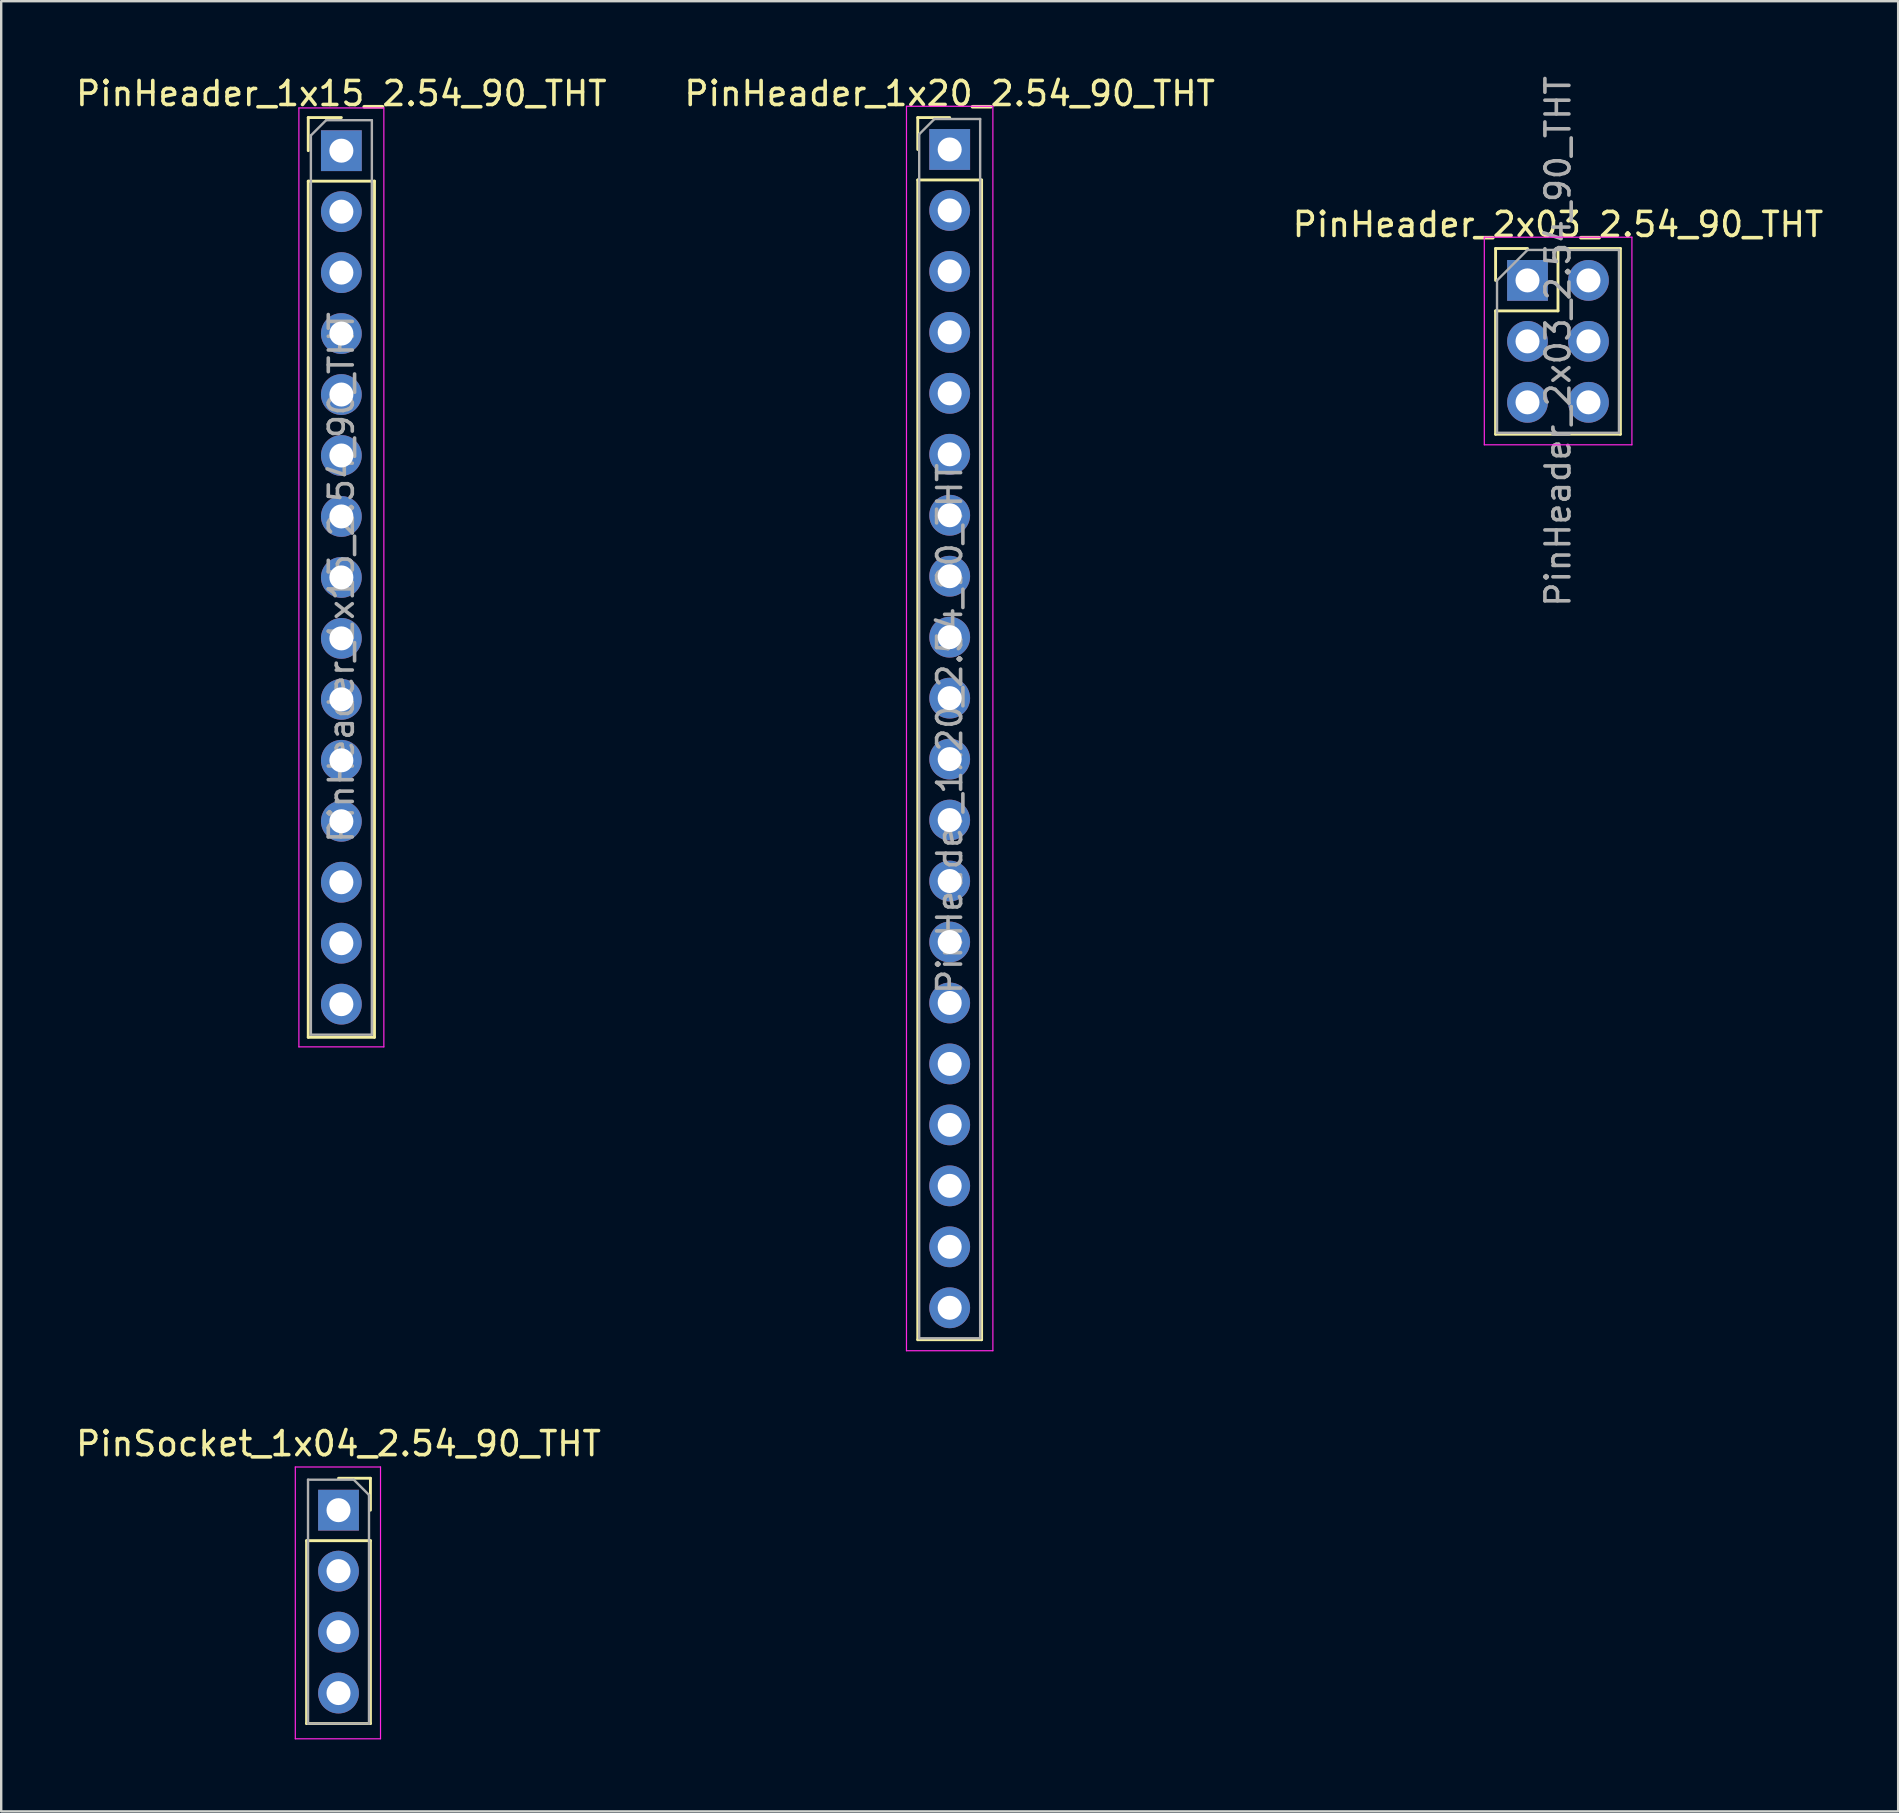
<source format=kicad_pcb>
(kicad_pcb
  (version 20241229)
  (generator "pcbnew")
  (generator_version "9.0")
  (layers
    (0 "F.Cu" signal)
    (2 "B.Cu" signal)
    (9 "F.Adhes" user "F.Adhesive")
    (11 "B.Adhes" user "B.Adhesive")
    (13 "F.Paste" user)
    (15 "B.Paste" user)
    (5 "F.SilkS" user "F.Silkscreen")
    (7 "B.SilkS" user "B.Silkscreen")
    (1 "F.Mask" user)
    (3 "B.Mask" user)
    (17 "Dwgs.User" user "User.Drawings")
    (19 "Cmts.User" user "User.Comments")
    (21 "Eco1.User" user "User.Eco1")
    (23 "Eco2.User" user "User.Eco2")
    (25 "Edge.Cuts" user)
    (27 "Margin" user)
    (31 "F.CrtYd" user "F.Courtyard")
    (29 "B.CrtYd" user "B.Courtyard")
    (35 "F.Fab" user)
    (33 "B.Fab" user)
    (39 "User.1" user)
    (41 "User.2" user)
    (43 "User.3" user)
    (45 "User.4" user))
  (footprint "PinHeader_2x03_2.54_90_THT"
    (layer "F.Cu")
    (at 60.593 8.633)
    (property "Reference" "PinHeader_2x03_2.54_90_THT" (at 1.27 -2.33 0) (layer "F.SilkS") (effects (font (size 1 1) (thickness 0.15))))
    (attr through_hole)
    (fp_line (start -1.33 -1.33) (end 0 -1.33) (stroke (width 0.12) (type solid)) (layer "F.SilkS"))
    (fp_line (start -1.33 0) (end -1.33 -1.33) (stroke (width 0.12) (type solid)) (layer "F.SilkS"))
    (fp_line (start -1.33 1.27) (end -1.33 6.41) (stroke (width 0.12) (type solid)) (layer "F.SilkS"))
    (fp_line (start -1.33 1.27) (end 1.27 1.27) (stroke (width 0.12) (type solid)) (layer "F.SilkS"))
    (fp_line (start -1.33 6.41) (end 3.87 6.41) (stroke (width 0.12) (type solid)) (layer "F.SilkS"))
    (fp_line (start 1.27 -1.33) (end 3.87 -1.33) (stroke (width 0.12) (type solid)) (layer "F.SilkS"))
    (fp_line (start 1.27 1.27) (end 1.27 -1.33) (stroke (width 0.12) (type solid)) (layer "F.SilkS"))
    (fp_line (start 3.87 -1.33) (end 3.87 6.41) (stroke (width 0.12) (type solid)) (layer "F.SilkS"))
    (fp_line (start -1.8 -1.8) (end -1.8 6.85) (stroke (width 0.05) (type solid)) (layer "F.CrtYd"))
    (fp_line (start -1.8 6.85) (end 4.35 6.85) (stroke (width 0.05) (type solid)) (layer "F.CrtYd"))
    (fp_line (start 4.35 -1.8) (end -1.8 -1.8) (stroke (width 0.05) (type solid)) (layer "F.CrtYd"))
    (fp_line (start 4.35 6.85) (end 4.35 -1.8) (stroke (width 0.05) (type solid)) (layer "F.CrtYd"))
    (fp_line (start -1.27 0) (end 0 -1.27) (stroke (width 0.1) (type solid)) (layer "F.Fab"))
    (fp_line (start -1.27 6.35) (end -1.27 0) (stroke (width 0.1) (type solid)) (layer "F.Fab"))
    (fp_line (start 0 -1.27) (end 3.81 -1.27) (stroke (width 0.1) (type solid)) (layer "F.Fab"))
    (fp_line (start 3.81 -1.27) (end 3.81 6.35) (stroke (width 0.1) (type solid)) (layer "F.Fab"))
    (fp_line (start 3.81 6.35) (end -1.27 6.35) (stroke (width 0.1) (type solid)) (layer "F.Fab"))
    (fp_text user "${REFERENCE}" (at 1.27 2.54 90) (layer "F.Fab") (effects (font (size 1 1) (thickness 0.15))))
    (pad "1" thru_hole rect (at 0 0) (size 1.7 1.7) (drill 1) (layers "*.Cu" "*.Mask"))
    (pad "2" thru_hole oval (at 2.54 0) (size 1.7 1.7) (drill 1) (layers "*.Cu" "*.Mask"))
    (pad "3" thru_hole oval (at 0 2.54) (size 1.7 1.7) (drill 1) (layers "*.Cu" "*.Mask"))
    (pad "4" thru_hole oval (at 2.54 2.54) (size 1.7 1.7) (drill 1) (layers "*.Cu" "*.Mask"))
    (pad "5" thru_hole oval (at 0 5.08) (size 1.7 1.7) (drill 1) (layers "*.Cu" "*.Mask"))
    (pad "6" thru_hole oval (at 2.54 5.08) (size 1.7 1.7) (drill 1) (layers "*.Cu" "*.Mask")))
  (footprint "PinSocket_1x04_2.54_90_THT"
    (layer "F.Cu")
    (at 11.054 59.871)
    (property "Reference" "PinSocket_1x04_2.54_90_THT" (at 0 -2.77 0) (layer "F.SilkS") (effects (font (size 1 1) (thickness 0.15))))
    (attr through_hole)
    (fp_line (start -1.33 1.27) (end 1.33 1.27) (stroke (width 0.12) (type solid)) (layer "F.SilkS"))
    (fp_line (start -1.33 8.89) (end -1.33 1.27) (stroke (width 0.12) (type default)) (layer "F.SilkS"))
    (fp_line (start -1.33 8.89) (end 1.33 8.89) (stroke (width 0.12) (type solid)) (layer "F.SilkS"))
    (fp_line (start 0 -1.33) (end 1.33 -1.33) (stroke (width 0.12) (type solid)) (layer "F.SilkS"))
    (fp_line (start 1.33 -1.33) (end 1.33 0) (stroke (width 0.12) (type solid)) (layer "F.SilkS"))
    (fp_line (start 1.33 1.27) (end 1.33 8.89) (stroke (width 0.12) (type default)) (layer "F.SilkS"))
    (fp_line (start -1.8 -1.8) (end 1.75 -1.8) (stroke (width 0.05) (type solid)) (layer "F.CrtYd"))
    (fp_line (start -1.8 9.525) (end -1.8 -1.8) (stroke (width 0.05) (type solid)) (layer "F.CrtYd"))
    (fp_line (start 1.75 -1.8) (end 1.75 9.525) (stroke (width 0.05) (type solid)) (layer "F.CrtYd"))
    (fp_line (start 1.75 9.525) (end -1.8 9.525) (stroke (width 0.05) (type solid)) (layer "F.CrtYd"))
    (fp_line (start -1.27 -1.27) (end 0.635 -1.27) (stroke (width 0.1) (type solid)) (layer "F.Fab"))
    (fp_line (start -1.27 8.89) (end -1.27 -1.27) (stroke (width 0.1) (type default)) (layer "F.Fab"))
    (fp_line (start 0.635 -1.27) (end 1.27 -0.635) (stroke (width 0.1) (type solid)) (layer "F.Fab"))
    (fp_line (start 1.27 -0.635) (end 1.27 8.89) (stroke (width 0.1) (type default)) (layer "F.Fab"))
    (fp_line (start 1.27 8.89) (end -1.27 8.89) (stroke (width 0.1) (type solid)) (layer "F.Fab"))
    (pad "1" thru_hole rect (at 0 0) (size 1.7 1.7) (drill 1) (layers "*.Cu" "*.Mask"))
    (pad "2" thru_hole oval (at 0 2.54) (size 1.7 1.7) (drill 1) (layers "*.Cu" "*.Mask"))
    (pad "3" thru_hole oval (at 0 5.08) (size 1.7 1.7) (drill 1) (layers "*.Cu" "*.Mask"))
    (pad "4" thru_hole oval (at 0 7.62) (size 1.7 1.7) (drill 1) (layers "*.Cu" "*.Mask")))
  (footprint "PinHeader_1x20_2.54_90_THT"
    (layer "F.Cu")
    (at 36.518 3.178)
    (property "Reference" "PinHeader_1x20_2.54_90_THT" (at 0 -2.33 0) (layer "F.SilkS") (effects (font (size 1 1) (thickness 0.15))))
    (attr through_hole)
    (fp_line (start -1.33 -1.33) (end 0 -1.33) (stroke (width 0.12) (type solid)) (layer "F.SilkS"))
    (fp_line (start -1.33 0) (end -1.33 -1.33) (stroke (width 0.12) (type solid)) (layer "F.SilkS"))
    (fp_line (start -1.33 1.27) (end -1.33 49.59) (stroke (width 0.12) (type solid)) (layer "F.SilkS"))
    (fp_line (start -1.33 1.27) (end 1.33 1.27) (stroke (width 0.12) (type solid)) (layer "F.SilkS"))
    (fp_line (start -1.33 49.59) (end 1.33 49.59) (stroke (width 0.12) (type solid)) (layer "F.SilkS"))
    (fp_line (start 1.33 1.27) (end 1.33 49.59) (stroke (width 0.12) (type solid)) (layer "F.SilkS"))
    (fp_line (start -1.8 -1.8) (end -1.8 50.05) (stroke (width 0.05) (type solid)) (layer "F.CrtYd"))
    (fp_line (start -1.8 50.05) (end 1.8 50.05) (stroke (width 0.05) (type solid)) (layer "F.CrtYd"))
    (fp_line (start 1.8 -1.8) (end -1.8 -1.8) (stroke (width 0.05) (type solid)) (layer "F.CrtYd"))
    (fp_line (start 1.8 50.05) (end 1.8 -1.8) (stroke (width 0.05) (type solid)) (layer "F.CrtYd"))
    (fp_line (start -1.27 -0.635) (end -0.635 -1.27) (stroke (width 0.1) (type solid)) (layer "F.Fab"))
    (fp_line (start -1.27 49.53) (end -1.27 -0.635) (stroke (width 0.1) (type solid)) (layer "F.Fab"))
    (fp_line (start -0.635 -1.27) (end 1.27 -1.27) (stroke (width 0.1) (type solid)) (layer "F.Fab"))
    (fp_line (start 1.27 -1.27) (end 1.27 49.53) (stroke (width 0.1) (type solid)) (layer "F.Fab"))
    (fp_line (start 1.27 49.53) (end -1.27 49.53) (stroke (width 0.1) (type solid)) (layer "F.Fab"))
    (fp_text user "${REFERENCE}" (at 0 24.13 90) (layer "F.Fab") (effects (font (size 1 1) (thickness 0.15))))
    (pad "1" thru_hole rect (at 0 0) (size 1.7 1.7) (drill 1) (layers "*.Cu" "*.Mask"))
    (pad "2" thru_hole oval (at 0 2.54) (size 1.7 1.7) (drill 1) (layers "*.Cu" "*.Mask"))
    (pad "3" thru_hole oval (at 0 5.08) (size 1.7 1.7) (drill 1) (layers "*.Cu" "*.Mask"))
    (pad "4" thru_hole oval (at 0 7.62) (size 1.7 1.7) (drill 1) (layers "*.Cu" "*.Mask"))
    (pad "5" thru_hole oval (at 0 10.16) (size 1.7 1.7) (drill 1) (layers "*.Cu" "*.Mask"))
    (pad "6" thru_hole oval (at 0 12.7) (size 1.7 1.7) (drill 1) (layers "*.Cu" "*.Mask"))
    (pad "7" thru_hole oval (at 0 15.24) (size 1.7 1.7) (drill 1) (layers "*.Cu" "*.Mask"))
    (pad "8" thru_hole oval (at 0 17.78) (size 1.7 1.7) (drill 1) (layers "*.Cu" "*.Mask"))
    (pad "9" thru_hole oval (at 0 20.32) (size 1.7 1.7) (drill 1) (layers "*.Cu" "*.Mask"))
    (pad "10" thru_hole oval (at 0 22.86) (size 1.7 1.7) (drill 1) (layers "*.Cu" "*.Mask"))
    (pad "11" thru_hole oval (at 0 25.4) (size 1.7 1.7) (drill 1) (layers "*.Cu" "*.Mask"))
    (pad "12" thru_hole oval (at 0 27.94) (size 1.7 1.7) (drill 1) (layers "*.Cu" "*.Mask"))
    (pad "13" thru_hole oval (at 0 30.48) (size 1.7 1.7) (drill 1) (layers "*.Cu" "*.Mask"))
    (pad "14" thru_hole oval (at 0 33.02) (size 1.7 1.7) (drill 1) (layers "*.Cu" "*.Mask"))
    (pad "15" thru_hole oval (at 0 35.56) (size 1.7 1.7) (drill 1) (layers "*.Cu" "*.Mask"))
    (pad "16" thru_hole oval (at 0 38.1) (size 1.7 1.7) (drill 1) (layers "*.Cu" "*.Mask"))
    (pad "17" thru_hole oval (at 0 40.64) (size 1.7 1.7) (drill 1) (layers "*.Cu" "*.Mask"))
    (pad "18" thru_hole oval (at 0 43.18) (size 1.7 1.7) (drill 1) (layers "*.Cu" "*.Mask"))
    (pad "19" thru_hole oval (at 0 45.72) (size 1.7 1.7) (drill 1) (layers "*.Cu" "*.Mask"))
    (pad "20" thru_hole oval (at 0 48.26) (size 1.7 1.7) (drill 1) (layers "*.Cu" "*.Mask")))
  (footprint "PinHeader_1x15_2.54_90_THT"
    (layer "F.Cu")
    (at 11.173 3.228)
    (property "Reference" "PinHeader_1x15_2.54_90_THT" (at 0 -2.38 0) (layer "F.SilkS") (effects (font (size 1 1) (thickness 0.15))))
    (attr through_hole)
    (fp_line (start -1.38 -1.38) (end 0 -1.38) (stroke (width 0.12) (type solid)) (layer "F.SilkS"))
    (fp_line (start -1.38 0) (end -1.38 -1.38) (stroke (width 0.12) (type solid)) (layer "F.SilkS"))
    (fp_line (start -1.38 1.27) (end -1.38 36.94) (stroke (width 0.12) (type solid)) (layer "F.SilkS"))
    (fp_line (start -1.38 1.27) (end 1.38 1.27) (stroke (width 0.12) (type solid)) (layer "F.SilkS"))
    (fp_line (start -1.38 36.94) (end 1.38 36.94) (stroke (width 0.12) (type solid)) (layer "F.SilkS"))
    (fp_line (start 1.38 1.27) (end 1.38 36.94) (stroke (width 0.12) (type solid)) (layer "F.SilkS"))
    (fp_line (start -1.77 -1.78) (end -1.77 37.34) (stroke (width 0.05) (type solid)) (layer "F.CrtYd"))
    (fp_line (start -1.77 37.34) (end 1.77 37.34) (stroke (width 0.05) (type solid)) (layer "F.CrtYd"))
    (fp_line (start 1.77 -1.78) (end -1.77 -1.78) (stroke (width 0.05) (type solid)) (layer "F.CrtYd"))
    (fp_line (start 1.77 37.34) (end 1.77 -1.78) (stroke (width 0.05) (type solid)) (layer "F.CrtYd"))
    (fp_line (start -1.27 -0.635) (end -0.635 -1.27) (stroke (width 0.1) (type solid)) (layer "F.Fab"))
    (fp_line (start -1.27 36.83) (end -1.27 -0.635) (stroke (width 0.1) (type solid)) (layer "F.Fab"))
    (fp_line (start -0.635 -1.27) (end 1.27 -1.27) (stroke (width 0.1) (type solid)) (layer "F.Fab"))
    (fp_line (start 1.27 -1.27) (end 1.27 36.83) (stroke (width 0.1) (type solid)) (layer "F.Fab"))
    (fp_line (start 1.27 36.83) (end -1.27 36.83) (stroke (width 0.1) (type solid)) (layer "F.Fab"))
    (fp_text user "${REFERENCE}" (at 0 17.78 90) (layer "F.Fab") (effects (font (size 1 1) (thickness 0.15))))
    (pad "1" thru_hole rect (at 0 0) (size 1.7 1.7) (drill 1) (layers "*.Cu" "*.Mask"))
    (pad "2" thru_hole circle (at 0 2.54) (size 1.7 1.7) (drill 1) (layers "*.Cu" "*.Mask"))
    (pad "3" thru_hole circle (at 0 5.08) (size 1.7 1.7) (drill 1) (layers "*.Cu" "*.Mask"))
    (pad "4" thru_hole circle (at 0 7.62) (size 1.7 1.7) (drill 1) (layers "*.Cu" "*.Mask"))
    (pad "5" thru_hole circle (at 0 10.16) (size 1.7 1.7) (drill 1) (layers "*.Cu" "*.Mask"))
    (pad "6" thru_hole circle (at 0 12.7) (size 1.7 1.7) (drill 1) (layers "*.Cu" "*.Mask"))
    (pad "7" thru_hole circle (at 0 15.24) (size 1.7 1.7) (drill 1) (layers "*.Cu" "*.Mask"))
    (pad "8" thru_hole circle (at 0 17.78) (size 1.7 1.7) (drill 1) (layers "*.Cu" "*.Mask"))
    (pad "9" thru_hole circle (at 0 20.32) (size 1.7 1.7) (drill 1) (layers "*.Cu" "*.Mask"))
    (pad "10" thru_hole circle (at 0 22.86) (size 1.7 1.7) (drill 1) (layers "*.Cu" "*.Mask"))
    (pad "11" thru_hole circle (at 0 25.4) (size 1.7 1.7) (drill 1) (layers "*.Cu" "*.Mask"))
    (pad "12" thru_hole circle (at 0 27.94) (size 1.7 1.7) (drill 1) (layers "*.Cu" "*.Mask"))
    (pad "13" thru_hole circle (at 0 30.48) (size 1.7 1.7) (drill 1) (layers "*.Cu" "*.Mask"))
    (pad "14" thru_hole circle (at 0 33.02) (size 1.7 1.7) (drill 1) (layers "*.Cu" "*.Mask"))
    (pad "15" thru_hole circle (at 0 35.56) (size 1.7 1.7) (drill 1) (layers "*.Cu" "*.Mask")))
  (gr_rect
    (start -3 -3)
    (end 76.036 72.421)
    (stroke (width 0.1) (type default))
    (fill no)
    (layer "Edge.Cuts")))
</source>
